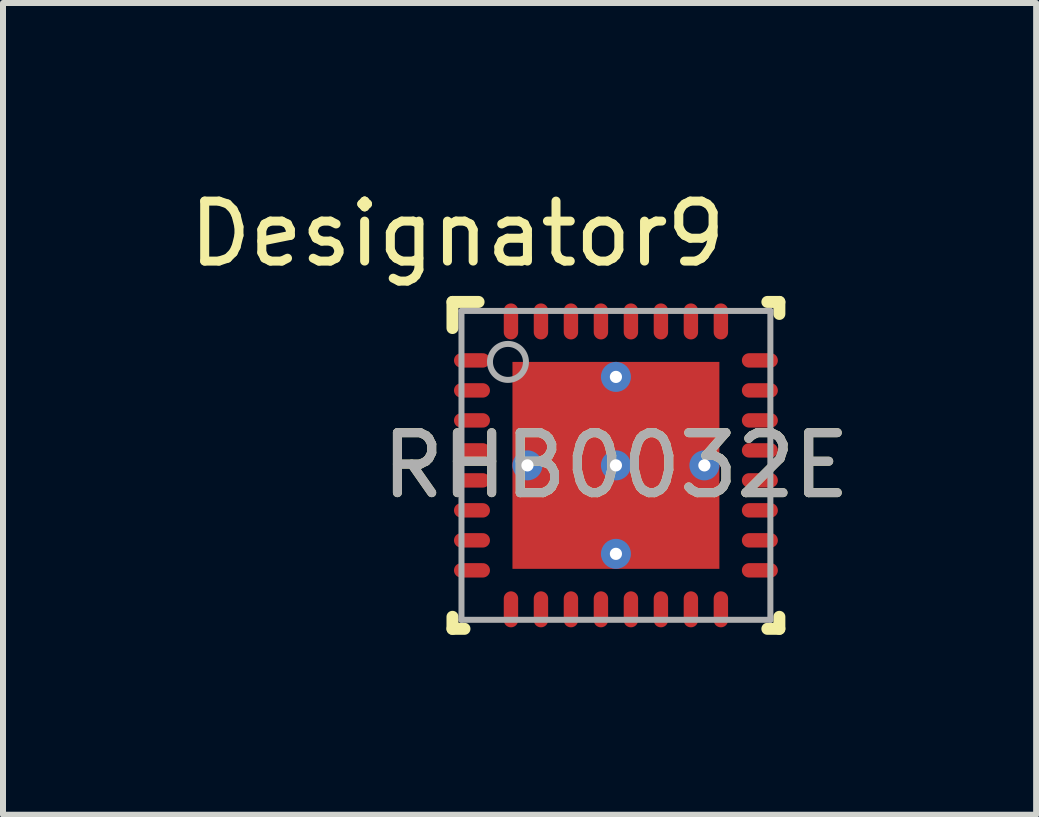
<source format=kicad_pcb>
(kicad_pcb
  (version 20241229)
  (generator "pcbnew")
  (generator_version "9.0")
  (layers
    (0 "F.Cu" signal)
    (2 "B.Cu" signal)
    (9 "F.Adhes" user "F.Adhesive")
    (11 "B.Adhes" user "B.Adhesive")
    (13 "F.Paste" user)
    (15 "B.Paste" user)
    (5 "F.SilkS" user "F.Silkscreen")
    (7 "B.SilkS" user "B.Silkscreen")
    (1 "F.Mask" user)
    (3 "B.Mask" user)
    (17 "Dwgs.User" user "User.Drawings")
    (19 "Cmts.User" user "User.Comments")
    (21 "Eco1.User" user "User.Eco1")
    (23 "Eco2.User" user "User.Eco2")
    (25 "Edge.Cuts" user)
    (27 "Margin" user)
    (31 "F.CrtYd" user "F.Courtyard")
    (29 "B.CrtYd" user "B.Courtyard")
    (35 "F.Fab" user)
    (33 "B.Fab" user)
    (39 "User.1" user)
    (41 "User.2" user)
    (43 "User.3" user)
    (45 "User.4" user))
  (footprint "RHB0032E"
    (layer "F.Cu")
    (at 7.219 4.709)
    (property "Reference" "RHB0032E" (at 0 0 0) (unlocked yes) (layer "F.SilkS") (effects (font (size 1 1) (thickness 0.15))))
    (attr smd)
    (fp_line (start -2.725 -2.725) (end -2.29 -2.725) (stroke (width 0.2) (type solid)) (layer "F.SilkS"))
    (fp_line (start -2.725 -2.29) (end -2.725 -2.725) (stroke (width 0.2) (type solid)) (layer "F.SilkS"))
    (fp_line (start -2.725 2.725) (end -2.725 2.525) (stroke (width 0.2) (type solid)) (layer "F.SilkS"))
    (fp_line (start -2.725 2.725) (end -2.525 2.725) (stroke (width 0.2) (type solid)) (layer "F.SilkS"))
    (fp_line (start 2.525 -2.725) (end 2.725 -2.725) (stroke (width 0.2) (type solid)) (layer "F.SilkS"))
    (fp_line (start 2.525 2.725) (end 2.725 2.725) (stroke (width 0.2) (type solid)) (layer "F.SilkS"))
    (fp_line (start 2.725 -2.525) (end 2.725 -2.725) (stroke (width 0.2) (type solid)) (layer "F.SilkS"))
    (fp_line (start 2.725 2.725) (end 2.725 2.525) (stroke (width 0.2) (type solid)) (layer "F.SilkS"))
    (fp_poly (pts (xy -0.1 -1.586) (xy -1.586 -1.586) (xy -1.586 -0.1) (xy -0.1 -0.1)) (stroke (width 0) (type solid)) (fill yes) (layer "F.Paste"))
    (fp_poly (pts (xy -0.1 0.1) (xy -1.586 0.1) (xy -1.586 1.586) (xy -0.1 1.586)) (stroke (width 0) (type solid)) (fill yes) (layer "F.Paste"))
    (fp_poly (pts (xy 0.1 -0.1) (xy 1.586 -0.1) (xy 1.586 -1.586) (xy 0.1 -1.586)) (stroke (width 0) (type solid)) (fill yes) (layer "F.Paste"))
    (fp_poly (pts (xy 0.1 1.586) (xy 1.586 1.586) (xy 1.586 0.1) (xy 0.1 0.1)) (stroke (width 0) (type solid)) (fill yes) (layer "F.Paste"))
    (fp_line (start -2.575 -2.575) (end 2.575 -2.575) (stroke (width 0.1) (type solid)) (layer "F.Fab"))
    (fp_line (start -2.575 2.575) (end -2.575 -2.575) (stroke (width 0.1) (type solid)) (layer "F.Fab"))
    (fp_line (start -2.575 2.575) (end 2.575 2.575) (stroke (width 0.1) (type solid)) (layer "F.Fab"))
    (fp_line (start 2.575 2.575) (end 2.575 -2.575) (stroke (width 0.1) (type solid)) (layer "F.Fab"))
    (fp_circle (center -1.8 -1.725) (end -1.5 -1.725) (stroke (width 0.1) (type solid)) (fill no) (layer "F.Fab"))
    (fp_text user "Designator9" (at -2.642 -3.861 0) (unlocked yes) (layer "F.SilkS") (effects (font (size 1 1) (thickness 0.15))))
    (fp_text user "${REFERENCE}" (at 0 0 0) (unlocked yes) (layer "F.Fab") (effects (font (size 1 1) (thickness 0.15))))
    (pad "1" smd oval (at -2.4 -1.75 90) (size 0.24 0.6) (layers "F.Cu" "F.Mask" "F.Paste"))
    (pad "2" smd oval (at -2.4 -1.25 90) (size 0.24 0.6) (layers "F.Cu" "F.Mask" "F.Paste"))
    (pad "3" smd oval (at -2.4 -0.75 90) (size 0.24 0.6) (layers "F.Cu" "F.Mask" "F.Paste"))
    (pad "4" smd oval (at -2.4 -0.25 90) (size 0.24 0.6) (layers "F.Cu" "F.Mask" "F.Paste"))
    (pad "5" smd oval (at -2.4 0.25 90) (size 0.24 0.6) (layers "F.Cu" "F.Mask" "F.Paste"))
    (pad "6" smd oval (at -2.4 0.75 90) (size 0.24 0.6) (layers "F.Cu" "F.Mask" "F.Paste"))
    (pad "7" smd oval (at -2.4 1.25 90) (size 0.24 0.6) (layers "F.Cu" "F.Mask" "F.Paste"))
    (pad "8" smd oval (at -2.4 1.75 90) (size 0.24 0.6) (layers "F.Cu" "F.Mask" "F.Paste"))
    (pad "9" smd oval (at -1.75 2.4) (size 0.24 0.6) (layers "F.Cu" "F.Mask" "F.Paste"))
    (pad "10" smd oval (at -1.25 2.4) (size 0.24 0.6) (layers "F.Cu" "F.Mask" "F.Paste"))
    (pad "11" smd oval (at -0.75 2.4) (size 0.24 0.6) (layers "F.Cu" "F.Mask" "F.Paste"))
    (pad "12" smd oval (at -0.25 2.4) (size 0.24 0.6) (layers "F.Cu" "F.Mask" "F.Paste"))
    (pad "13" smd oval (at 0.25 2.4) (size 0.24 0.6) (layers "F.Cu" "F.Mask" "F.Paste"))
    (pad "14" smd oval (at 0.75 2.4) (size 0.24 0.6) (layers "F.Cu" "F.Mask" "F.Paste"))
    (pad "15" smd oval (at 1.25 2.4) (size 0.24 0.6) (layers "F.Cu" "F.Mask" "F.Paste"))
    (pad "16" smd oval (at 1.75 2.4) (size 0.24 0.6) (layers "F.Cu" "F.Mask" "F.Paste"))
    (pad "17" smd oval (at 2.4 1.75 90) (size 0.24 0.6) (layers "F.Cu" "F.Mask" "F.Paste"))
    (pad "18" smd oval (at 2.4 1.25 90) (size 0.24 0.6) (layers "F.Cu" "F.Mask" "F.Paste"))
    (pad "19" smd oval (at 2.4 0.75 90) (size 0.24 0.6) (layers "F.Cu" "F.Mask" "F.Paste"))
    (pad "20" smd oval (at 2.4 0.25 90) (size 0.24 0.6) (layers "F.Cu" "F.Mask" "F.Paste"))
    (pad "21" smd oval (at 2.4 -0.25 90) (size 0.24 0.6) (layers "F.Cu" "F.Mask" "F.Paste"))
    (pad "22" smd oval (at 2.4 -0.75 90) (size 0.24 0.6) (layers "F.Cu" "F.Mask" "F.Paste"))
    (pad "23" smd oval (at 2.4 -1.25 90) (size 0.24 0.6) (layers "F.Cu" "F.Mask" "F.Paste"))
    (pad "24" smd oval (at 2.4 -1.75 90) (size 0.24 0.6) (layers "F.Cu" "F.Mask" "F.Paste"))
    (pad "25" smd oval (at 1.75 -2.4) (size 0.24 0.6) (layers "F.Cu" "F.Mask" "F.Paste"))
    (pad "26" smd oval (at 1.25 -2.4) (size 0.24 0.6) (layers "F.Cu" "F.Mask" "F.Paste"))
    (pad "27" smd oval (at 0.75 -2.4) (size 0.24 0.6) (layers "F.Cu" "F.Mask" "F.Paste"))
    (pad "28" smd oval (at 0.25 -2.4) (size 0.24 0.6) (layers "F.Cu" "F.Mask" "F.Paste"))
    (pad "29" smd oval (at -0.25 -2.4) (size 0.24 0.6) (layers "F.Cu" "F.Mask" "F.Paste"))
    (pad "30" smd oval (at -0.75 -2.4) (size 0.24 0.6) (layers "F.Cu" "F.Mask" "F.Paste"))
    (pad "31" smd oval (at -1.25 -2.4) (size 0.24 0.6) (layers "F.Cu" "F.Mask" "F.Paste"))
    (pad "32" smd oval (at -1.75 -2.4) (size 0.24 0.6) (layers "F.Cu" "F.Mask" "F.Paste"))
    (pad "33" smd rect (at 0 -0.000003) (size 3.45 3.45) (layers "F.Cu" "F.Mask"))
    (pad "V" thru_hole circle (at -1.475 -0.000003) (size 0.5 0.5) (drill 0.203) (layers "*.Cu" "*.Mask"))
    (pad "V" thru_hole circle (at 0 -1.475) (size 0.5 0.5) (drill 0.203) (layers "*.Cu" "*.Mask"))
    (pad "V" thru_hole circle (at 0 -0.000003) (size 0.5 0.5) (drill 0.203) (layers "*.Cu" "*.Mask"))
    (pad "V" thru_hole circle (at 0 1.475) (size 0.5 0.5) (drill 0.203) (layers "*.Cu" "*.Mask"))
    (pad "V" thru_hole circle (at 1.475 -0.000003) (size 0.5 0.5) (drill 0.203) (layers "*.Cu" "*.Mask")))
  (gr_rect
    (start -3 -3)
    (end 14.225 10.534)
    (stroke (width 0.1) (type default))
    (fill no)
    (layer "Edge.Cuts")))
</source>
